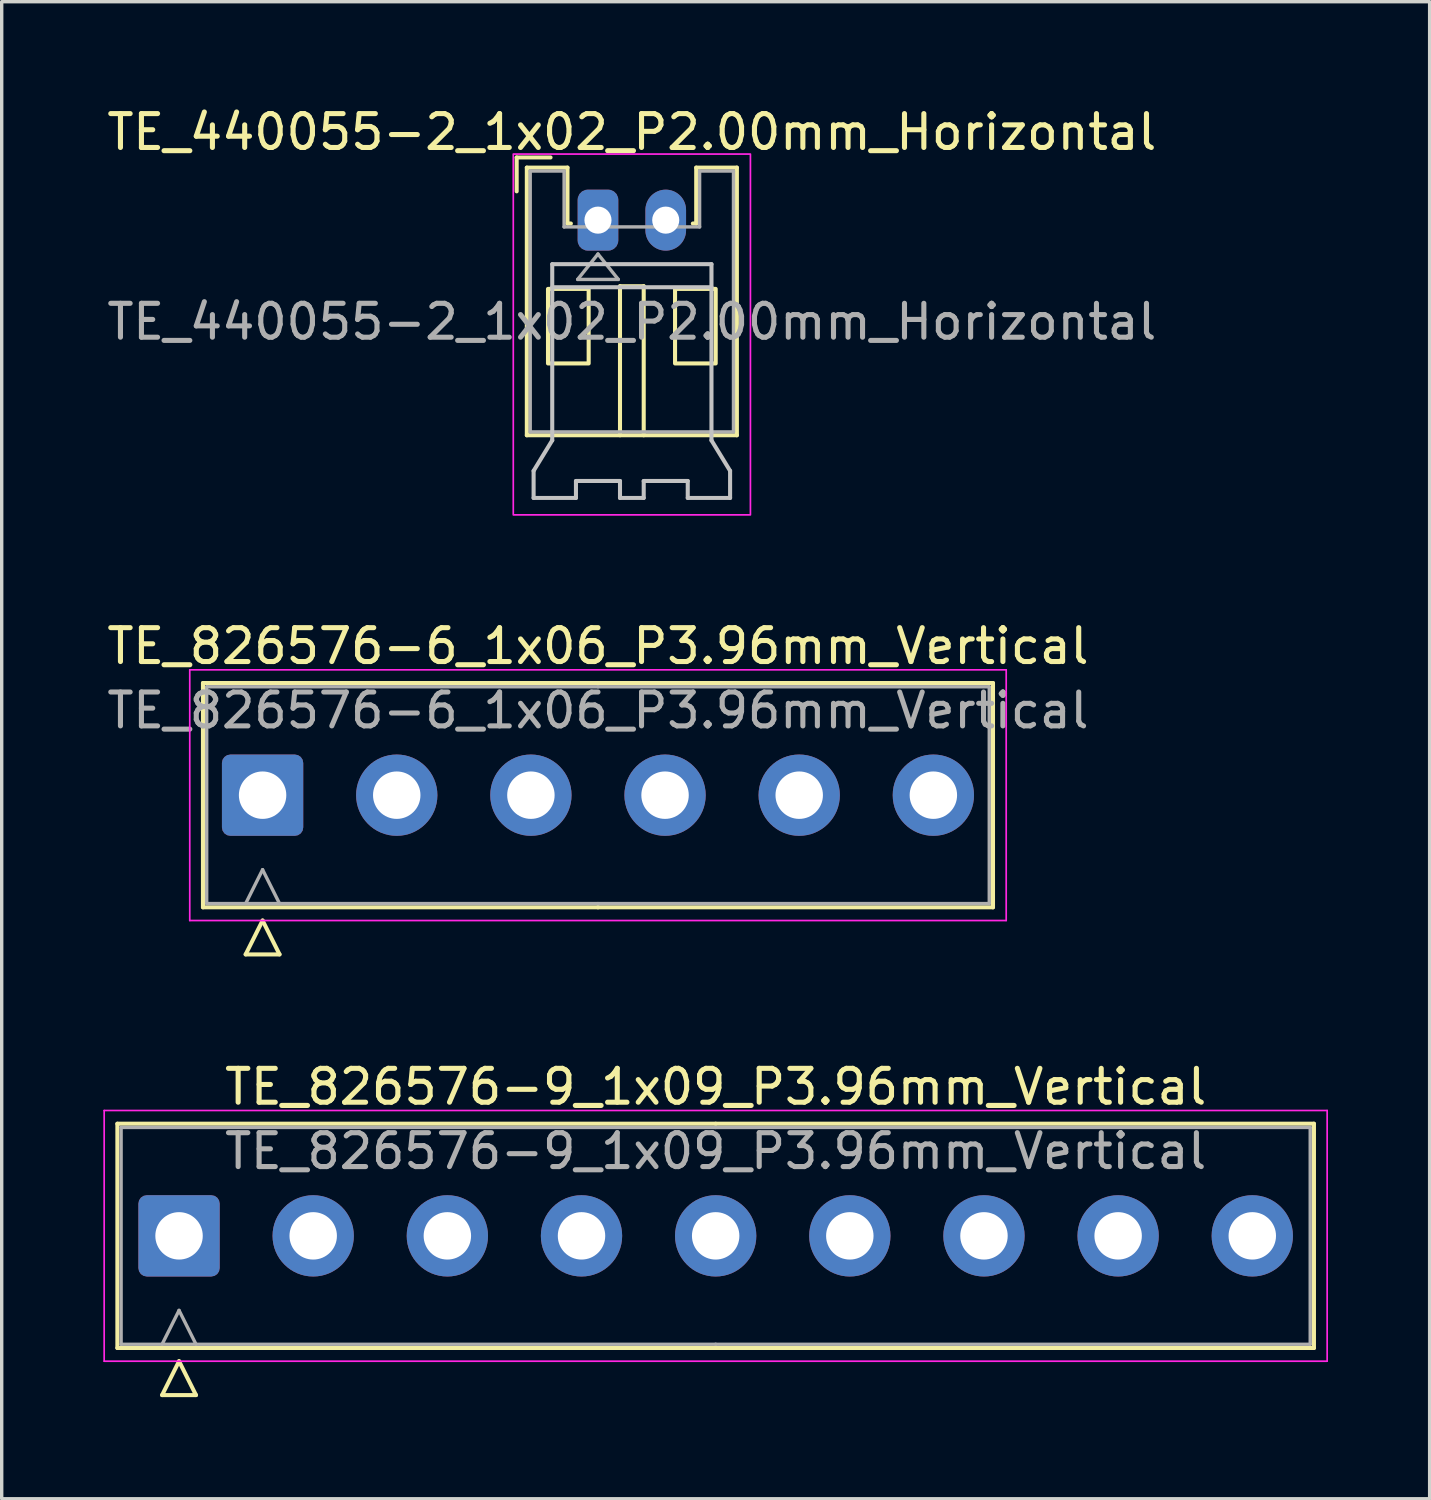
<source format=kicad_pcb>
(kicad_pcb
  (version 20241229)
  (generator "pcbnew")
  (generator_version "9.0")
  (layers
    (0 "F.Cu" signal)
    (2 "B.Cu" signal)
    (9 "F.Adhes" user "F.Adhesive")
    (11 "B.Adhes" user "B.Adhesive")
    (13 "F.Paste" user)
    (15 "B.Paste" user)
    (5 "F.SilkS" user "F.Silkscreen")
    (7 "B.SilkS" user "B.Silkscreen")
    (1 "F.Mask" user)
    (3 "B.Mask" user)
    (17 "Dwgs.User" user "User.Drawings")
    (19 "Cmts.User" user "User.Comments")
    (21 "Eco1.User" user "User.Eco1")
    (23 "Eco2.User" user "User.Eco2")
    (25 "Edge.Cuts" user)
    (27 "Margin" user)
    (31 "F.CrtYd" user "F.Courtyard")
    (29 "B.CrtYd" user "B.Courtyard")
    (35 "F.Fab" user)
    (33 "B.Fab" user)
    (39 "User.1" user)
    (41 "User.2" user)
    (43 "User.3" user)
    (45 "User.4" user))
  (footprint "TE_440055-2_1x02_P2.00mm_Horizontal"
    (layer "F.Cu")
    (at 14.601 3.448)
    (property "Reference" "TE_440055-2_1x02_P2.00mm_Horizontal" (at 1 -2.6 0) (unlocked yes) (layer "F.SilkS") (effects (font (size 1 1) (thickness 0.15))))
    (attr through_hole)
    (fp_line (start -2.4 -1.85) (end -2.4 -0.85) (stroke (width 0.12) (type solid)) (layer "F.SilkS"))
    (fp_line (start -2.4 -1.85) (end -1.4 -1.85) (stroke (width 0.12) (type solid)) (layer "F.SilkS"))
    (fp_line (start -2.1 -1.55) (end -2.1 6.35) (stroke (width 0.12) (type solid)) (layer "F.SilkS"))
    (fp_line (start -2.1 6.35) (end 4.1 6.35) (stroke (width 0.12) (type solid)) (layer "F.SilkS"))
    (fp_line (start -0.9 -1.55) (end -2.1 -1.55) (stroke (width 0.12) (type solid)) (layer "F.SilkS"))
    (fp_line (start -0.9 0.1) (end -0.9 -1.55) (stroke (width 0.12) (type solid)) (layer "F.SilkS"))
    (fp_line (start -0.8 0.1) (end -0.9 0.1) (stroke (width 0.12) (type solid)) (layer "F.SilkS"))
    (fp_line (start 0.65 1.95) (end 0.65 6.35) (stroke (width 0.12) (type solid)) (layer "F.SilkS"))
    (fp_line (start 0.65 1.95) (end 1.35 1.95) (stroke (width 0.12) (type solid)) (layer "F.SilkS"))
    (fp_line (start 1.35 1.95) (end 1.35 6.35) (stroke (width 0.12) (type solid)) (layer "F.SilkS"))
    (fp_line (start 2.9 -1.55) (end 2.9 0.1) (stroke (width 0.12) (type solid)) (layer "F.SilkS"))
    (fp_line (start 2.9 0.1) (end 2.8 0.1) (stroke (width 0.12) (type solid)) (layer "F.SilkS"))
    (fp_line (start 4.1 -1.55) (end 2.9 -1.55) (stroke (width 0.12) (type solid)) (layer "F.SilkS"))
    (fp_line (start 4.1 6.35) (end 4.1 -1.55) (stroke (width 0.12) (type solid)) (layer "F.SilkS"))
    (fp_rect (start -1.475 2.03) (end -0.275 4.23) (stroke (width 0.12) (type solid)) (fill no) (layer "F.SilkS"))
    (fp_rect (start 2.275 2.03) (end 3.475 4.23) (stroke (width 0.12) (type solid)) (fill no) (layer "F.SilkS"))
    (fp_line (start -1.9 7.4) (end -1.9 8.2) (stroke (width 0.12) (type solid)) (layer "Dwgs.User"))
    (fp_line (start -1.9 8.2) (end -0.65 8.2) (stroke (width 0.12) (type solid)) (layer "Dwgs.User"))
    (fp_line (start -1.35 1.3) (end 3.35 1.3) (stroke (width 0.12) (type solid)) (layer "Dwgs.User"))
    (fp_line (start -1.35 1.98) (end 3.35 1.98) (stroke (width 0.12) (type solid)) (layer "Dwgs.User"))
    (fp_line (start -1.35 6.5) (end -1.9 7.4) (stroke (width 0.12) (type solid)) (layer "Dwgs.User"))
    (fp_line (start -1.35 6.5) (end -1.35 1.3) (stroke (width 0.12) (type solid)) (layer "Dwgs.User"))
    (fp_line (start -0.65 8.2) (end -0.65 7.7) (stroke (width 0.12) (type solid)) (layer "Dwgs.User"))
    (fp_line (start 0.65 7.7) (end -0.65 7.7) (stroke (width 0.12) (type solid)) (layer "Dwgs.User"))
    (fp_line (start 0.65 7.7) (end 0.65 8.2) (stroke (width 0.12) (type solid)) (layer "Dwgs.User"))
    (fp_line (start 0.65 8.2) (end 1.35 8.2) (stroke (width 0.12) (type solid)) (layer "Dwgs.User"))
    (fp_line (start 1.35 7.7) (end 1.35 8.2) (stroke (width 0.12) (type solid)) (layer "Dwgs.User"))
    (fp_line (start 2.65 7.7) (end 1.35 7.7) (stroke (width 0.12) (type solid)) (layer "Dwgs.User"))
    (fp_line (start 2.65 7.7) (end 2.65 8.2) (stroke (width 0.12) (type solid)) (layer "Dwgs.User"))
    (fp_line (start 2.65 8.2) (end 3.9 8.2) (stroke (width 0.12) (type solid)) (layer "Dwgs.User"))
    (fp_line (start 3.35 6.5) (end 3.35 1.3) (stroke (width 0.12) (type solid)) (layer "Dwgs.User"))
    (fp_line (start 3.35 6.5) (end 3.9 7.4) (stroke (width 0.12) (type solid)) (layer "Dwgs.User"))
    (fp_line (start 3.9 7.4) (end 3.9 8.2) (stroke (width 0.12) (type solid)) (layer "Dwgs.User"))
    (fp_rect (start -2.5 -1.95) (end 4.5 8.7) (stroke (width 0.05) (type solid)) (fill no) (layer "F.CrtYd"))
    (fp_line (start -2 -1.45) (end -2 6.25) (stroke (width 0.1) (type solid)) (layer "F.Fab"))
    (fp_line (start -2 -1.45) (end -1 -1.45) (stroke (width 0.1) (type solid)) (layer "F.Fab"))
    (fp_line (start -1 0.2) (end -1 -1.45) (stroke (width 0.1) (type solid)) (layer "F.Fab"))
    (fp_line (start -1 0.2) (end 3 0.2) (stroke (width 0.1) (type solid)) (layer "F.Fab"))
    (fp_line (start -0.6 1.75) (end 0 1) (stroke (width 0.1) (type solid)) (layer "F.Fab"))
    (fp_line (start -0.6 1.75) (end 0.6 1.75) (stroke (width 0.1) (type solid)) (layer "F.Fab"))
    (fp_line (start 0 1) (end 0.6 1.75) (stroke (width 0.1) (type solid)) (layer "F.Fab"))
    (fp_line (start 3 -1.45) (end 3 0.2) (stroke (width 0.1) (type solid)) (layer "F.Fab"))
    (fp_line (start 3 -1.45) (end 4 -1.45) (stroke (width 0.1) (type solid)) (layer "F.Fab"))
    (fp_line (start 4 6.25) (end -2 6.25) (stroke (width 0.1) (type solid)) (layer "F.Fab"))
    (fp_line (start 4 6.25) (end 4 -1.45) (stroke (width 0.1) (type solid)) (layer "F.Fab"))
    (fp_text user "${REFERENCE}" (at 1 3 0) (unlocked yes) (layer "F.Fab") (effects (font (size 1 1) (thickness 0.15))))
    (pad "1" thru_hole roundrect (at 0 0) (size 1.2 1.8) (drill 0.8) (layers "*.Cu" "*.Mask") (roundrect_rratio 0.25))
    (pad "2" thru_hole oval (at 2 0) (size 1.2 1.8) (drill 0.8) (layers "*.Cu" "*.Mask")))
  (footprint "TE_826576-9_1x09_P3.96mm_Vertical"
    (layer "F.Cu")
    (at 2.235 33.43)
    (property "Reference" "TE_826576-9_1x09_P3.96mm_Vertical" (at 15.84 -4.4 0) (layer "F.SilkS") (effects (font (size 1 1) (thickness 0.15))))
    (attr through_hole)
    (fp_line (start -1.82 -3.31) (end -1.82 3.31) (stroke (width 0.12) (type solid)) (layer "F.SilkS"))
    (fp_line (start -1.82 3.31) (end 15.84 3.31) (stroke (width 0.12) (type solid)) (layer "F.SilkS"))
    (fp_line (start -0.5 4.7) (end 0 3.7) (stroke (width 0.12) (type solid)) (layer "F.SilkS"))
    (fp_line (start 0 3.7) (end 0.5 4.7) (stroke (width 0.12) (type solid)) (layer "F.SilkS"))
    (fp_line (start 0.5 4.7) (end -0.5 4.7) (stroke (width 0.12) (type solid)) (layer "F.SilkS"))
    (fp_line (start 15.84 -3.31) (end -1.82 -3.31) (stroke (width 0.12) (type solid)) (layer "F.SilkS"))
    (fp_line (start 15.84 -3.31) (end 33.5 -3.31) (stroke (width 0.12) (type solid)) (layer "F.SilkS"))
    (fp_line (start 33.5 -3.31) (end 33.5 3.31) (stroke (width 0.12) (type solid)) (layer "F.SilkS"))
    (fp_line (start 33.5 3.31) (end 15.84 3.31) (stroke (width 0.12) (type solid)) (layer "F.SilkS"))
    (fp_line (start -2.21 -3.7) (end -2.21 3.7) (stroke (width 0.05) (type solid)) (layer "F.CrtYd"))
    (fp_line (start -2.21 3.7) (end 33.89 3.7) (stroke (width 0.05) (type solid)) (layer "F.CrtYd"))
    (fp_line (start 33.89 -3.7) (end -2.21 -3.7) (stroke (width 0.05) (type solid)) (layer "F.CrtYd"))
    (fp_line (start 33.89 3.7) (end 33.89 -3.7) (stroke (width 0.05) (type solid)) (layer "F.CrtYd"))
    (fp_line (start -1.71 -3.2) (end -1.71 3.2) (stroke (width 0.1) (type solid)) (layer "F.Fab"))
    (fp_line (start -1.71 3.2) (end 15.84 3.2) (stroke (width 0.1) (type solid)) (layer "F.Fab"))
    (fp_line (start -0.5 3.2) (end 0 2.2) (stroke (width 0.1) (type solid)) (layer "F.Fab"))
    (fp_line (start 0 2.2) (end 0.5 3.2) (stroke (width 0.1) (type solid)) (layer "F.Fab"))
    (fp_line (start 15.84 -3.2) (end -1.71 -3.2) (stroke (width 0.1) (type solid)) (layer "F.Fab"))
    (fp_line (start 15.84 -3.2) (end 33.39 -3.2) (stroke (width 0.1) (type solid)) (layer "F.Fab"))
    (fp_line (start 33.39 -3.2) (end 33.39 3.2) (stroke (width 0.1) (type solid)) (layer "F.Fab"))
    (fp_line (start 33.39 3.2) (end 15.84 3.2) (stroke (width 0.1) (type solid)) (layer "F.Fab"))
    (fp_text user "${REFERENCE}" (at 15.84 -2.5 0) (layer "F.Fab") (effects (font (size 1 1) (thickness 0.15))))
    (pad "1" thru_hole roundrect (at 0 0) (size 2.4 2.4) (drill 1.4) (layers "*.Cu" "*.Mask") (roundrect_rratio 0.104))
    (pad "2" thru_hole circle (at 3.96 0) (size 2.4 2.4) (drill 1.4) (layers "*.Cu" "*.Mask"))
    (pad "3" thru_hole circle (at 7.92 0) (size 2.4 2.4) (drill 1.4) (layers "*.Cu" "*.Mask"))
    (pad "4" thru_hole circle (at 11.88 0) (size 2.4 2.4) (drill 1.4) (layers "*.Cu" "*.Mask"))
    (pad "5" thru_hole circle (at 15.84 0) (size 2.4 2.4) (drill 1.4) (layers "*.Cu" "*.Mask"))
    (pad "6" thru_hole circle (at 19.8 0) (size 2.4 2.4) (drill 1.4) (layers "*.Cu" "*.Mask"))
    (pad "7" thru_hole circle (at 23.76 0) (size 2.4 2.4) (drill 1.4) (layers "*.Cu" "*.Mask"))
    (pad "8" thru_hole circle (at 27.72 0) (size 2.4 2.4) (drill 1.4) (layers "*.Cu" "*.Mask"))
    (pad "9" thru_hole circle (at 31.68 0) (size 2.4 2.4) (drill 1.4) (layers "*.Cu" "*.Mask")))
  (footprint "TE_826576-6_1x06_P3.96mm_Vertical"
    (layer "F.Cu")
    (at 4.701 20.422)
    (property "Reference" "TE_826576-6_1x06_P3.96mm_Vertical" (at 9.9 -4.4 0) (layer "F.SilkS") (effects (font (size 1 1) (thickness 0.15))))
    (attr through_hole)
    (fp_line (start -1.76 -3.31) (end -1.76 3.31) (stroke (width 0.12) (type solid)) (layer "F.SilkS"))
    (fp_line (start -1.76 3.31) (end 9.9 3.31) (stroke (width 0.12) (type solid)) (layer "F.SilkS"))
    (fp_line (start -0.5 4.7) (end 0 3.7) (stroke (width 0.12) (type solid)) (layer "F.SilkS"))
    (fp_line (start 0 3.7) (end 0.5 4.7) (stroke (width 0.12) (type solid)) (layer "F.SilkS"))
    (fp_line (start 0.5 4.7) (end -0.5 4.7) (stroke (width 0.12) (type solid)) (layer "F.SilkS"))
    (fp_line (start 9.9 -3.31) (end -1.76 -3.31) (stroke (width 0.12) (type solid)) (layer "F.SilkS"))
    (fp_line (start 9.9 -3.31) (end 21.56 -3.31) (stroke (width 0.12) (type solid)) (layer "F.SilkS"))
    (fp_line (start 21.56 -3.31) (end 21.56 3.31) (stroke (width 0.12) (type solid)) (layer "F.SilkS"))
    (fp_line (start 21.56 3.31) (end 9.9 3.31) (stroke (width 0.12) (type solid)) (layer "F.SilkS"))
    (fp_line (start -2.15 -3.7) (end -2.15 3.7) (stroke (width 0.05) (type solid)) (layer "F.CrtYd"))
    (fp_line (start -2.15 3.7) (end 21.95 3.7) (stroke (width 0.05) (type solid)) (layer "F.CrtYd"))
    (fp_line (start 21.95 -3.7) (end -2.15 -3.7) (stroke (width 0.05) (type solid)) (layer "F.CrtYd"))
    (fp_line (start 21.95 3.7) (end 21.95 -3.7) (stroke (width 0.05) (type solid)) (layer "F.CrtYd"))
    (fp_line (start -1.65 -3.2) (end -1.65 3.2) (stroke (width 0.1) (type solid)) (layer "F.Fab"))
    (fp_line (start -1.65 3.2) (end 9.9 3.2) (stroke (width 0.1) (type solid)) (layer "F.Fab"))
    (fp_line (start -0.5 3.2) (end 0 2.2) (stroke (width 0.1) (type solid)) (layer "F.Fab"))
    (fp_line (start 0 2.2) (end 0.5 3.2) (stroke (width 0.1) (type solid)) (layer "F.Fab"))
    (fp_line (start 9.9 -3.2) (end -1.65 -3.2) (stroke (width 0.1) (type solid)) (layer "F.Fab"))
    (fp_line (start 9.9 -3.2) (end 21.45 -3.2) (stroke (width 0.1) (type solid)) (layer "F.Fab"))
    (fp_line (start 21.45 -3.2) (end 21.45 3.2) (stroke (width 0.1) (type solid)) (layer "F.Fab"))
    (fp_line (start 21.45 3.2) (end 9.9 3.2) (stroke (width 0.1) (type solid)) (layer "F.Fab"))
    (fp_text user "${REFERENCE}" (at 9.9 -2.5 0) (layer "F.Fab") (effects (font (size 1 1) (thickness 0.15))))
    (pad "1" thru_hole roundrect (at 0 0) (size 2.4 2.4) (drill 1.4) (layers "*.Cu" "*.Mask") (roundrect_rratio 0.104))
    (pad "2" thru_hole circle (at 3.96 0) (size 2.4 2.4) (drill 1.4) (layers "*.Cu" "*.Mask"))
    (pad "3" thru_hole circle (at 7.92 0) (size 2.4 2.4) (drill 1.4) (layers "*.Cu" "*.Mask"))
    (pad "4" thru_hole circle (at 11.88 0) (size 2.4 2.4) (drill 1.4) (layers "*.Cu" "*.Mask"))
    (pad "5" thru_hole circle (at 15.84 0) (size 2.4 2.4) (drill 1.4) (layers "*.Cu" "*.Mask"))
    (pad "6" thru_hole circle (at 19.8 0) (size 2.4 2.4) (drill 1.4) (layers "*.Cu" "*.Mask")))
  (gr_rect
    (start -3 -3)
    (end 39.15 41.19)
    (stroke (width 0.1) (type default))
    (fill no)
    (layer "Edge.Cuts")))
</source>
